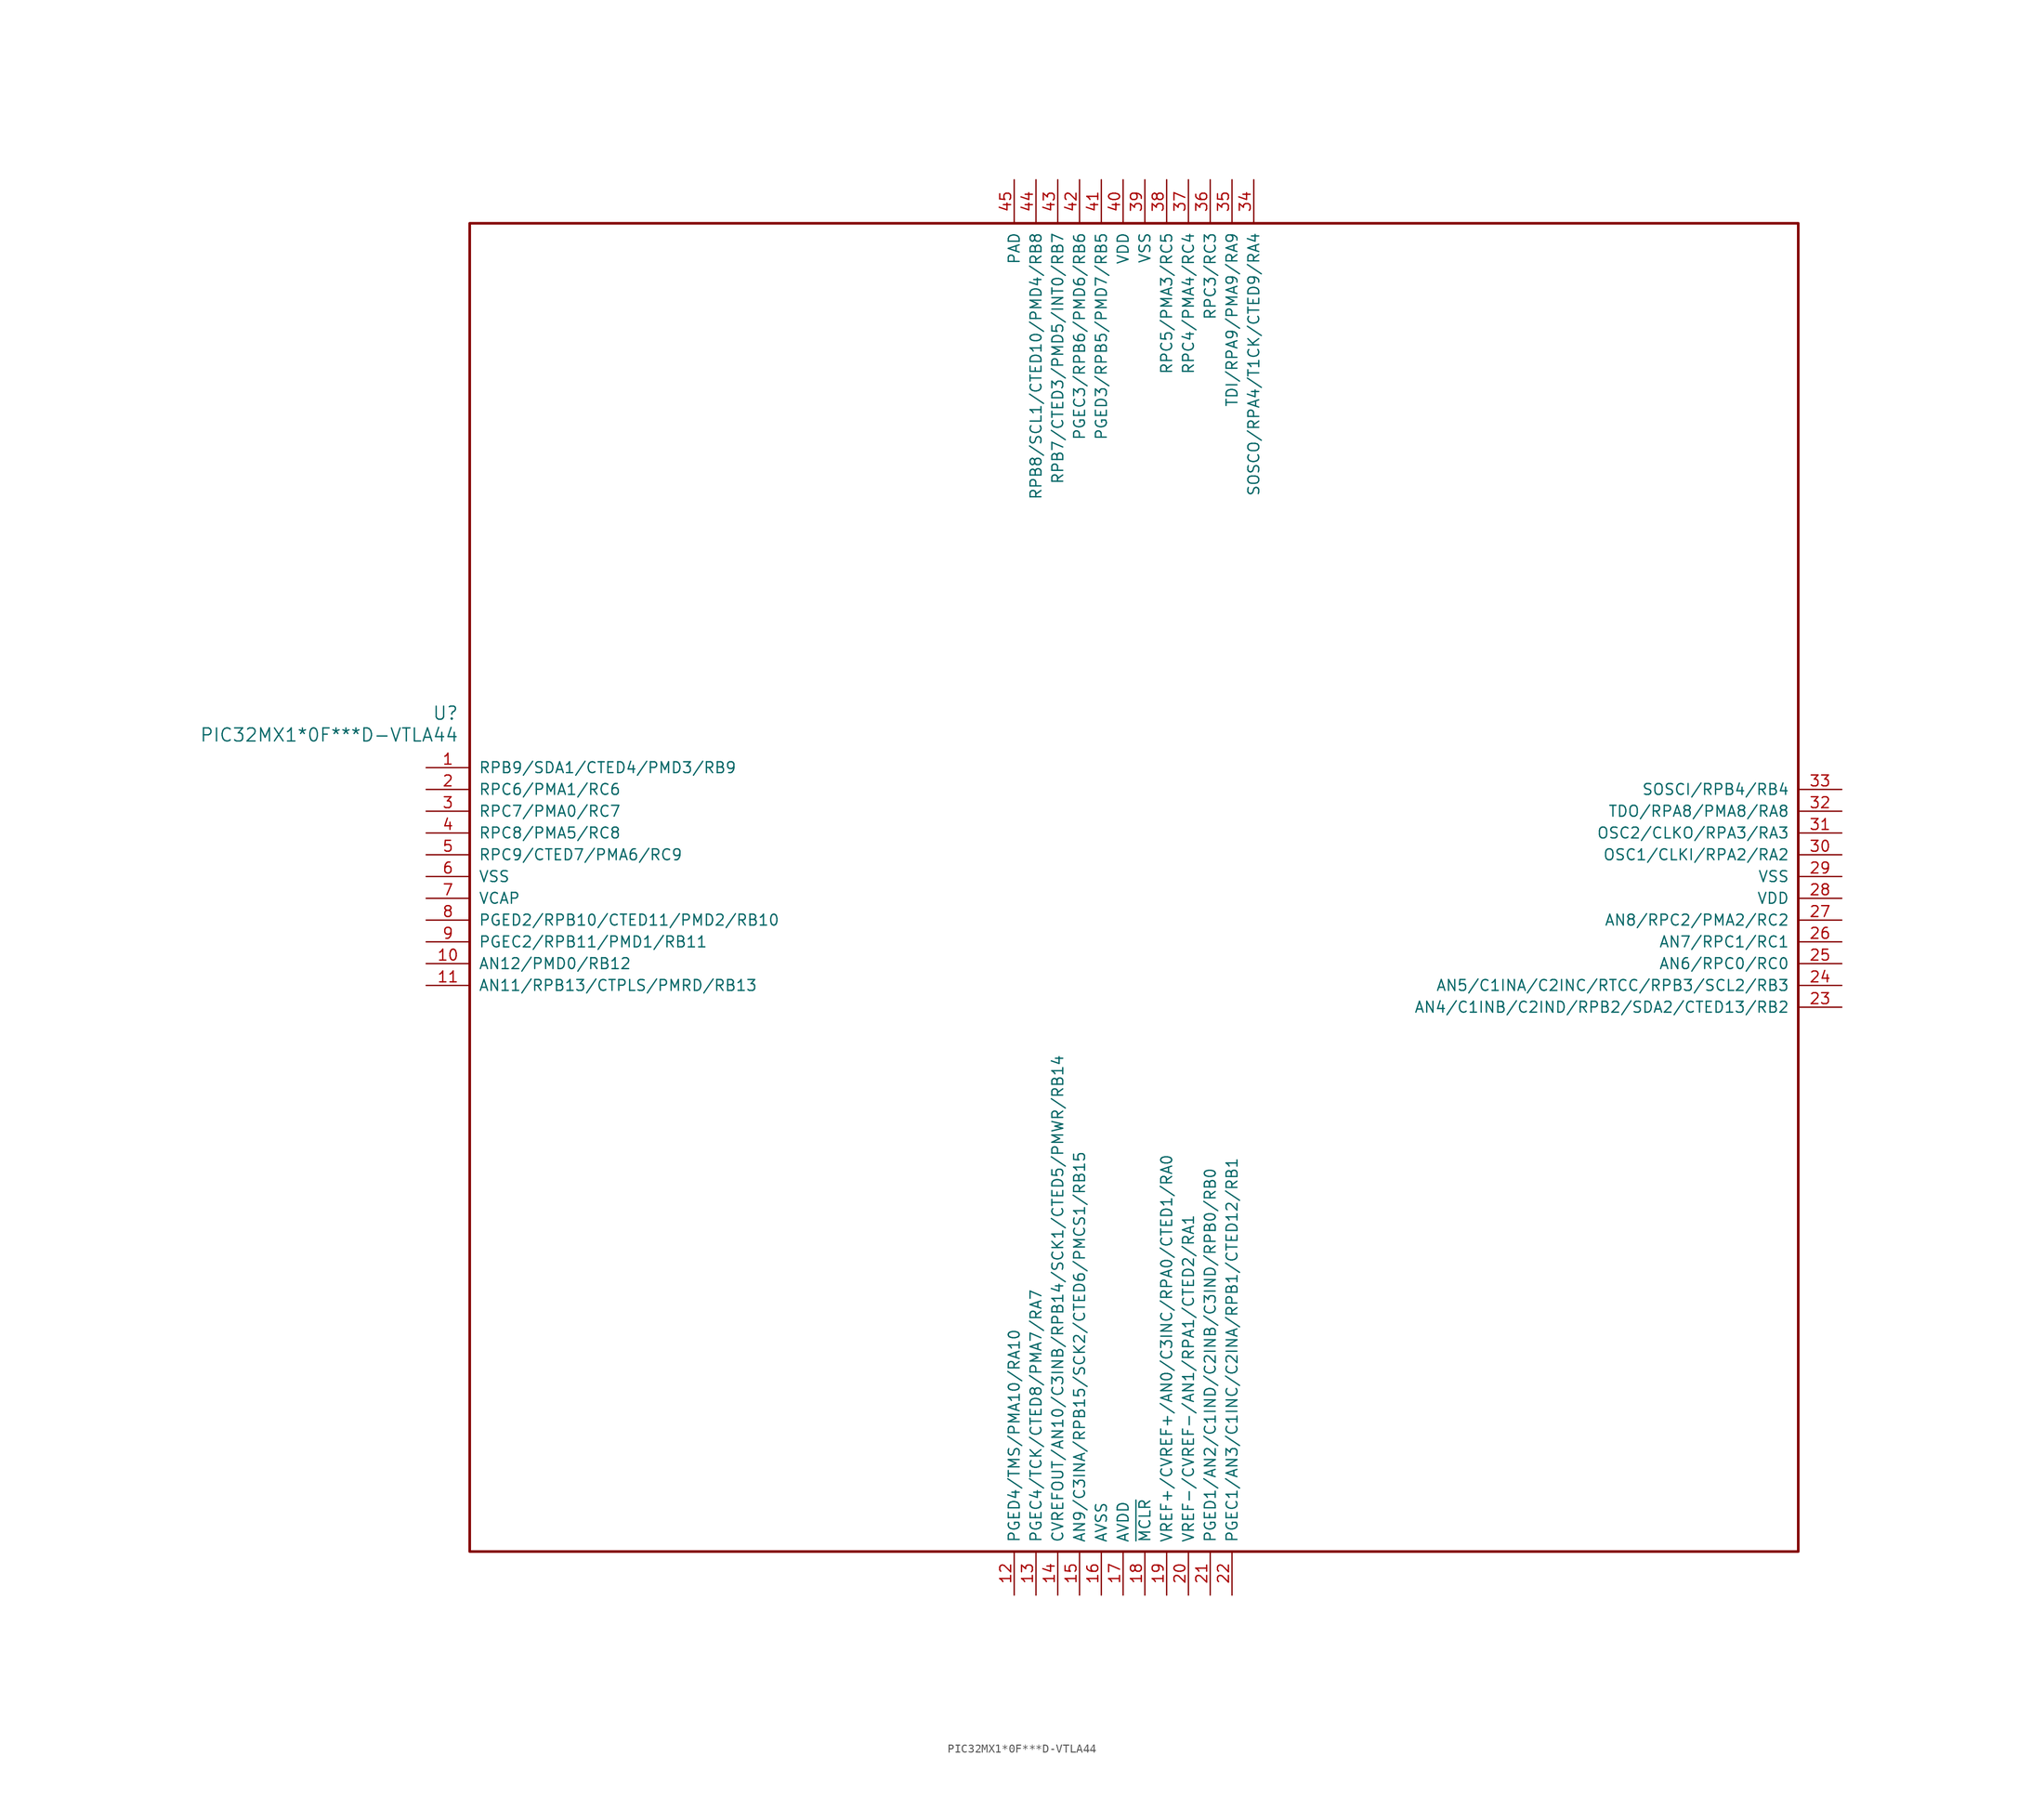
<source format=kicad_sym>
(kicad_symbol_lib
  (version 20241209)
  (generator "kicad_symbol_editor")
  (generator_version "9.0")
  (symbol "PIC32MX1*0F***D-VTLA44"
    (pin_names
      (offset 1.016))
    (property "Reference" "U"
      (at 3.81 6.35 0)
      (effects (font (size 1.524 1.524)) (justify right)))
    (property "Value" "PIC32MX1*0F***D-VTLA44"
      (at 3.81 3.81 0)
      (effects (font (size 1.524 1.524)) (justify right)))
    (property "ki_locked" ""
      (at 0 0 0)
      (effects (font (size 1.27 1.27))))
    (symbol "PIC32MX1*0F***D-VTLA44_1_1"
      (rectangle (start 5.08 63.5) (end 160.02 -91.44) (stroke (width 0.305) (type solid)) (fill (type none)))
      (pin bidirectional line (at 0 0 0) (length 5.08) (name "RPB9/SDA1/CTED4/PMD3/RB9" (effects (font (size 1.27 1.27)))) (number "1" (effects (font (size 1.27 1.27)))))
      (pin bidirectional line (at 0 -2.54 0) (length 5.08) (name "RPC6/PMA1/RC6" (effects (font (size 1.27 1.27)))) (number "2" (effects (font (size 1.27 1.27)))))
      (pin bidirectional line (at 0 -5.08 0) (length 5.08) (name "RPC7/PMA0/RC7" (effects (font (size 1.27 1.27)))) (number "3" (effects (font (size 1.27 1.27)))))
      (pin bidirectional line (at 0 -7.62 0) (length 5.08) (name "RPC8/PMA5/RC8" (effects (font (size 1.27 1.27)))) (number "4" (effects (font (size 1.27 1.27)))))
      (pin bidirectional line (at 0 -10.16 0) (length 5.08) (name "RPC9/CTED7/PMA6/RC9" (effects (font (size 1.27 1.27)))) (number "5" (effects (font (size 1.27 1.27)))))
      (pin power_in line (at 0 -12.7 0) (length 5.08) (name "VSS" (effects (font (size 1.27 1.27)))) (number "6" (effects (font (size 1.27 1.27)))))
      (pin power_out line (at 0 -15.24 0) (length 5.08) (name "VCAP" (effects (font (size 1.27 1.27)))) (number "7" (effects (font (size 1.27 1.27)))))
      (pin bidirectional line (at 0 -17.78 0) (length 5.08) (name "PGED2/RPB10/CTED11/PMD2/RB10" (effects (font (size 1.27 1.27)))) (number "8" (effects (font (size 1.27 1.27)))))
      (pin bidirectional line (at 0 -20.32 0) (length 5.08) (name "PGEC2/RPB11/PMD1/RB11" (effects (font (size 1.27 1.27)))) (number "9" (effects (font (size 1.27 1.27)))))
      (pin bidirectional line (at 0 -22.86 0) (length 5.08) (name "AN12/PMD0/RB12" (effects (font (size 1.27 1.27)))) (number "10" (effects (font (size 1.27 1.27)))))
      (pin bidirectional line (at 0 -25.4 0) (length 5.08) (name "AN11/RPB13/CTPLS/PMRD/RB13" (effects (font (size 1.27 1.27)))) (number "11" (effects (font (size 1.27 1.27)))))
      (pin power_in line (at 68.58 68.58 270) (length 5.08) (name "PAD" (effects (font (size 1.27 1.27)))) (number "45" (effects (font (size 1.27 1.27)))))
      (pin bidirectional line (at 68.58 -96.52 90) (length 5.08) (name "PGED4/TMS/PMA10/RA10" (effects (font (size 1.27 1.27)))) (number "12" (effects (font (size 1.27 1.27)))))
      (pin bidirectional line (at 71.12 68.58 270) (length 5.08) (name "RPB8/SCL1/CTED10/PMD4/RB8" (effects (font (size 1.27 1.27)))) (number "44" (effects (font (size 1.27 1.27)))))
      (pin bidirectional line (at 71.12 -96.52 90) (length 5.08) (name "PGEC4/TCK/CTED8/PMA7/RA7" (effects (font (size 1.27 1.27)))) (number "13" (effects (font (size 1.27 1.27)))))
      (pin bidirectional line (at 73.66 68.58 270) (length 5.08) (name "RPB7/CTED3/PMD5/INT0/RB7" (effects (font (size 1.27 1.27)))) (number "43" (effects (font (size 1.27 1.27)))))
      (pin bidirectional line (at 73.66 -96.52 90) (length 5.08) (name "CVREFOUT/AN10/C3INB/RPB14/SCK1/CTED5/PMWR/RB14" (effects (font (size 1.27 1.27)))) (number "14" (effects (font (size 1.27 1.27)))))
      (pin bidirectional line (at 76.2 68.58 270) (length 5.08) (name "PGEC3/RPB6/PMD6/RB6" (effects (font (size 1.27 1.27)))) (number "42" (effects (font (size 1.27 1.27)))))
      (pin bidirectional line (at 76.2 -96.52 90) (length 5.08) (name "AN9/C3INA/RPB15/SCK2/CTED6/PMCS1/RB15" (effects (font (size 1.27 1.27)))) (number "15" (effects (font (size 1.27 1.27)))))
      (pin bidirectional line (at 78.74 68.58 270) (length 5.08) (name "PGED3/RPB5/PMD7/RB5" (effects (font (size 1.27 1.27)))) (number "41" (effects (font (size 1.27 1.27)))))
      (pin power_in line (at 78.74 -96.52 90) (length 5.08) (name "AVSS" (effects (font (size 1.27 1.27)))) (number "16" (effects (font (size 1.27 1.27)))))
      (pin power_in line (at 81.28 68.58 270) (length 5.08) (name "VDD" (effects (font (size 1.27 1.27)))) (number "40" (effects (font (size 1.27 1.27)))))
      (pin power_in line (at 81.28 -96.52 90) (length 5.08) (name "AVDD" (effects (font (size 1.27 1.27)))) (number "17" (effects (font (size 1.27 1.27)))))
      (pin power_in line (at 83.82 68.58 270) (length 5.08) (name "VSS" (effects (font (size 1.27 1.27)))) (number "39" (effects (font (size 1.27 1.27)))))
      (pin input line (at 83.82 -96.52 90) (length 5.08) (name "~{MCLR}" (effects (font (size 1.27 1.27)))) (number "18" (effects (font (size 1.27 1.27)))))
      (pin bidirectional line (at 86.36 68.58 270) (length 5.08) (name "RPC5/PMA3/RC5" (effects (font (size 1.27 1.27)))) (number "38" (effects (font (size 1.27 1.27)))))
      (pin bidirectional line (at 86.36 -96.52 90) (length 5.08) (name "VREF+/CVREF+/AN0/C3INC/RPA0/CTED1/RA0" (effects (font (size 1.27 1.27)))) (number "19" (effects (font (size 1.27 1.27)))))
      (pin bidirectional line (at 88.9 68.58 270) (length 5.08) (name "RPC4/PMA4/RC4" (effects (font (size 1.27 1.27)))) (number "37" (effects (font (size 1.27 1.27)))))
      (pin bidirectional line (at 88.9 -96.52 90) (length 5.08) (name "VREF-/CVREF-/AN1/RPA1/CTED2/RA1" (effects (font (size 1.27 1.27)))) (number "20" (effects (font (size 1.27 1.27)))))
      (pin bidirectional line (at 91.44 68.58 270) (length 5.08) (name "RPC3/RC3" (effects (font (size 1.27 1.27)))) (number "36" (effects (font (size 1.27 1.27)))))
      (pin bidirectional line (at 91.44 -96.52 90) (length 5.08) (name "PGED1/AN2/C1IND/C2INB/C3IND/RPB0/RB0" (effects (font (size 1.27 1.27)))) (number "21" (effects (font (size 1.27 1.27)))))
      (pin bidirectional line (at 93.98 68.58 270) (length 5.08) (name "TDI/RPA9/PMA9/RA9" (effects (font (size 1.27 1.27)))) (number "35" (effects (font (size 1.27 1.27)))))
      (pin bidirectional line (at 93.98 -96.52 90) (length 5.08) (name "PGEC1/AN3/C1INC/C2INA/RPB1/CTED12/RB1" (effects (font (size 1.27 1.27)))) (number "22" (effects (font (size 1.27 1.27)))))
      (pin bidirectional line (at 96.52 68.58 270) (length 5.08) (name "SOSCO/RPA4/T1CK/CTED9/RA4" (effects (font (size 1.27 1.27)))) (number "34" (effects (font (size 1.27 1.27)))))
      (pin bidirectional line (at 165.1 -2.54 180) (length 5.08) (name "SOSCI/RPB4/RB4" (effects (font (size 1.27 1.27)))) (number "33" (effects (font (size 1.27 1.27)))))
      (pin bidirectional line (at 165.1 -5.08 180) (length 5.08) (name "TDO/RPA8/PMA8/RA8" (effects (font (size 1.27 1.27)))) (number "32" (effects (font (size 1.27 1.27)))))
      (pin bidirectional line (at 165.1 -7.62 180) (length 5.08) (name "OSC2/CLKO/RPA3/RA3" (effects (font (size 1.27 1.27)))) (number "31" (effects (font (size 1.27 1.27)))))
      (pin bidirectional line (at 165.1 -10.16 180) (length 5.08) (name "OSC1/CLKI/RPA2/RA2" (effects (font (size 1.27 1.27)))) (number "30" (effects (font (size 1.27 1.27)))))
      (pin power_in line (at 165.1 -12.7 180) (length 5.08) (name "VSS" (effects (font (size 1.27 1.27)))) (number "29" (effects (font (size 1.27 1.27)))))
      (pin power_in line (at 165.1 -15.24 180) (length 5.08) (name "VDD" (effects (font (size 1.27 1.27)))) (number "28" (effects (font (size 1.27 1.27)))))
      (pin bidirectional line (at 165.1 -17.78 180) (length 5.08) (name "AN8/RPC2/PMA2/RC2" (effects (font (size 1.27 1.27)))) (number "27" (effects (font (size 1.27 1.27)))))
      (pin bidirectional line (at 165.1 -20.32 180) (length 5.08) (name "AN7/RPC1/RC1" (effects (font (size 1.27 1.27)))) (number "26" (effects (font (size 1.27 1.27)))))
      (pin bidirectional line (at 165.1 -22.86 180) (length 5.08) (name "AN6/RPC0/RC0" (effects (font (size 1.27 1.27)))) (number "25" (effects (font (size 1.27 1.27)))))
      (pin bidirectional line (at 165.1 -25.4 180) (length 5.08) (name "AN5/C1INA/C2INC/RTCC/RPB3/SCL2/RB3" (effects (font (size 1.27 1.27)))) (number "24" (effects (font (size 1.27 1.27)))))
      (pin bidirectional line (at 165.1 -27.94 180) (length 5.08) (name "AN4/C1INB/C2IND/RPB2/SDA2/CTED13/RB2" (effects (font (size 1.27 1.27)))) (number "23" (effects (font (size 1.27 1.27))))))))
</source>
